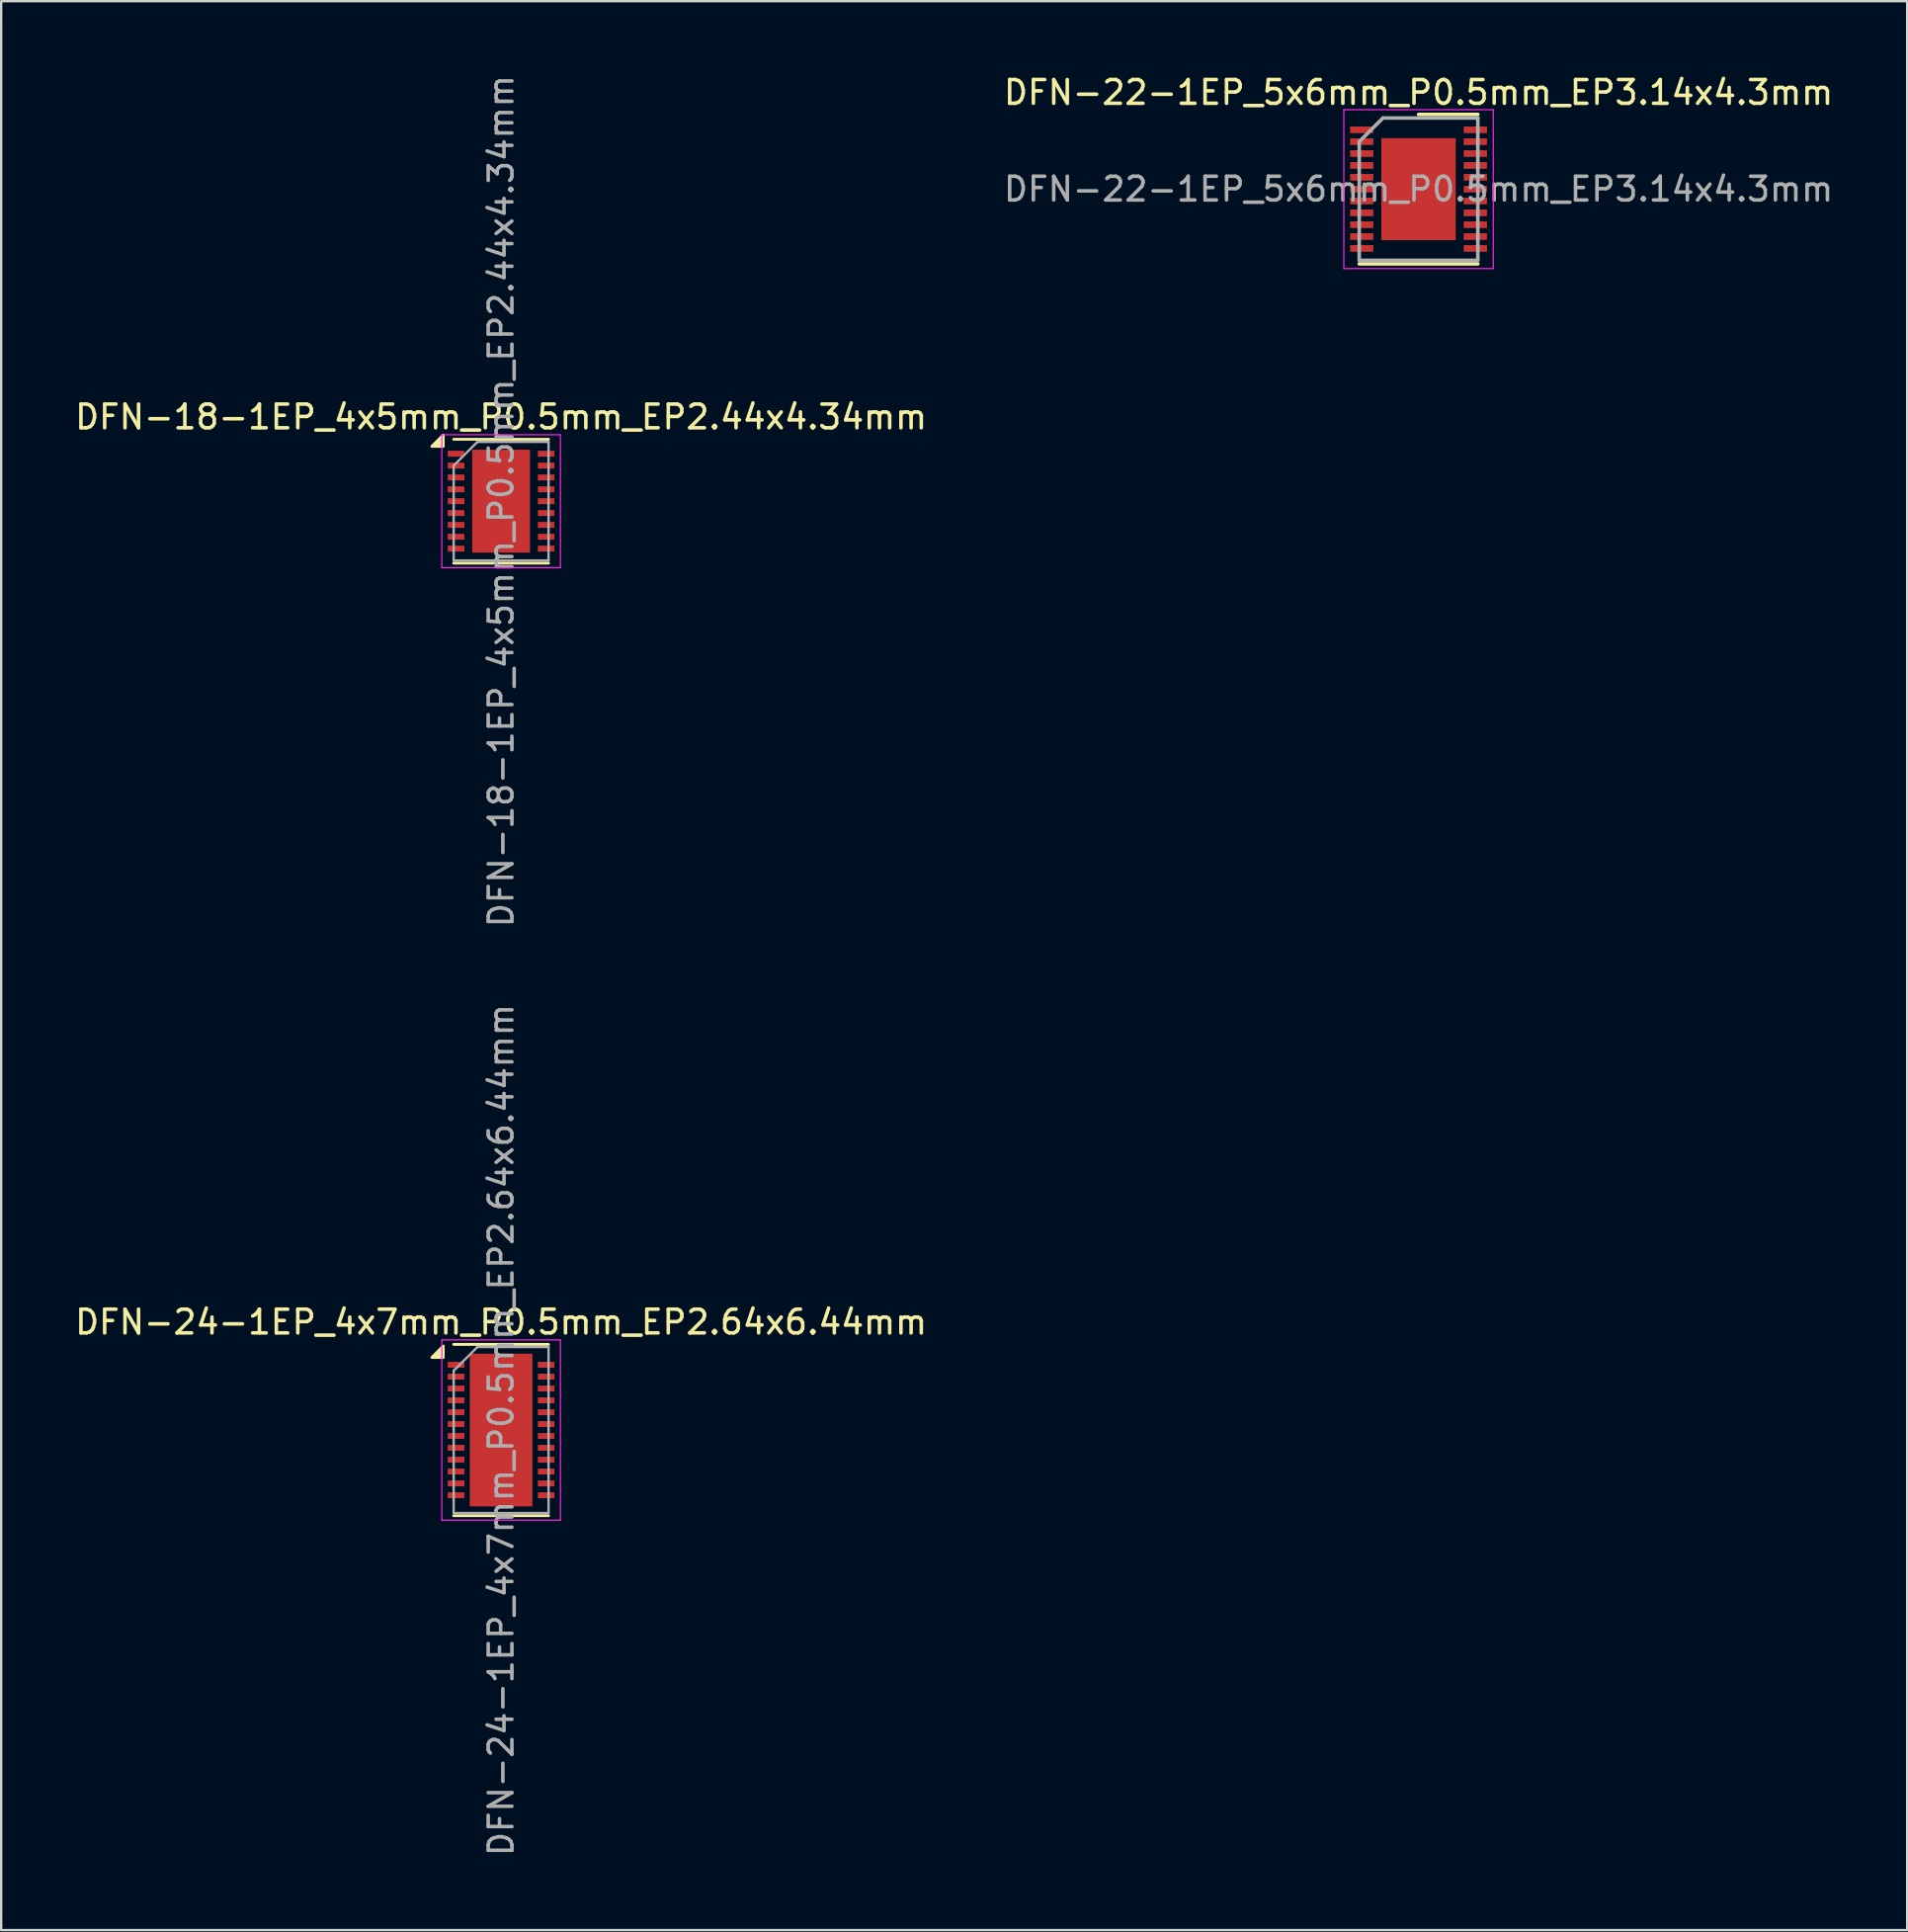
<source format=kicad_pcb>
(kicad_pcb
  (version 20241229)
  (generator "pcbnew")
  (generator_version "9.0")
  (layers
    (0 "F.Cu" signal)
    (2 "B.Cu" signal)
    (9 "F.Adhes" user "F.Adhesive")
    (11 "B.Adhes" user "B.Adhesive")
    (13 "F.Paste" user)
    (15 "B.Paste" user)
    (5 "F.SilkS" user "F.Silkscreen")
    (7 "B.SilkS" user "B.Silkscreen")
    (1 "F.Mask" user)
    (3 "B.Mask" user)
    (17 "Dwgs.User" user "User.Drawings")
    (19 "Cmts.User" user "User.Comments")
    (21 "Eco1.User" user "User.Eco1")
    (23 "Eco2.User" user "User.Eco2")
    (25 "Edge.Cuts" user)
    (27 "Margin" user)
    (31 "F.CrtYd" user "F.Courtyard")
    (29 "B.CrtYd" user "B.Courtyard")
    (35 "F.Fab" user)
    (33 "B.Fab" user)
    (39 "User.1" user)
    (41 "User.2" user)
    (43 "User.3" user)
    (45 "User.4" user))
  (footprint "DFN-24-1EP_4x7mm_P0.5mm_EP2.64x6.44mm"
    (layer "F.Cu")
    (at 18.077 57.232)
    (property "Reference" "DFN-24-1EP_4x7mm_P0.5mm_EP2.64x6.44mm" (at 0 -4.55 0) (layer "F.SilkS") (effects (font (size 1 1) (thickness 0.15))))
    (attr smd)
    (fp_line (start -2 -3.61) (end 2 -3.61) (stroke (width 0.12) (type solid)) (layer "F.SilkS"))
    (fp_line (start -2 3.61) (end 2 3.61) (stroke (width 0.12) (type solid)) (layer "F.SilkS"))
    (fp_poly (pts (xy -2.44 -3.06) (xy -2.92 -3.06) (xy -2.44 -3.54) (xy -2.44 -3.06)) (stroke (width 0.12) (type solid)) (fill yes) (layer "F.SilkS"))
    (fp_line (start -2.5 -3.8) (end -2.5 3.8) (stroke (width 0.05) (type solid)) (layer "F.CrtYd"))
    (fp_line (start -2.5 -3.8) (end 2.5 -3.8) (stroke (width 0.05) (type solid)) (layer "F.CrtYd"))
    (fp_line (start -2.5 3.8) (end 2.5 3.8) (stroke (width 0.05) (type solid)) (layer "F.CrtYd"))
    (fp_line (start 2.5 -3.8) (end 2.5 3.8) (stroke (width 0.05) (type solid)) (layer "F.CrtYd"))
    (fp_line (start -2 -2.5) (end -1 -3.5) (stroke (width 0.1) (type solid)) (layer "F.Fab"))
    (fp_line (start -2 3.5) (end -2 -2.5) (stroke (width 0.1) (type solid)) (layer "F.Fab"))
    (fp_line (start -1 -3.5) (end 2 -3.5) (stroke (width 0.1) (type solid)) (layer "F.Fab"))
    (fp_line (start 2 -3.5) (end 2 3.5) (stroke (width 0.1) (type solid)) (layer "F.Fab"))
    (fp_line (start 2 3.5) (end -2 3.5) (stroke (width 0.1) (type solid)) (layer "F.Fab"))
    (fp_text user "${REFERENCE}" (at 0 0 90) (layer "F.Fab") (effects (font (size 1 1) (thickness 0.15))))
    (pad "" smd rect (at -0.66 -2.56) (size 1.05 1.05) (layers "F.Paste"))
    (pad "" smd rect (at -0.66 -1.28) (size 1.05 1.05) (layers "F.Paste"))
    (pad "" smd rect (at -0.66 0) (size 1.05 1.05) (layers "F.Paste"))
    (pad "" smd rect (at -0.66 1.28) (size 1.05 1.05) (layers "F.Paste"))
    (pad "" smd rect (at -0.66 2.56) (size 1.05 1.05) (layers "F.Paste"))
    (pad "" smd rect (at 0.66 -2.56) (size 1.05 1.05) (layers "F.Paste"))
    (pad "" smd rect (at 0.66 -1.28) (size 1.05 1.05) (layers "F.Paste"))
    (pad "" smd rect (at 0.66 0) (size 1.05 1.05) (layers "F.Paste"))
    (pad "" smd rect (at 0.66 1.28) (size 1.05 1.05) (layers "F.Paste"))
    (pad "" smd rect (at 0.66 2.56) (size 1.05 1.05) (layers "F.Paste"))
    (pad "1" smd rect (at -1.9 -2.75) (size 0.7 0.25) (layers "F.Cu" "F.Mask" "F.Paste"))
    (pad "2" smd rect (at -1.9 -2.25) (size 0.7 0.25) (layers "F.Cu" "F.Mask" "F.Paste"))
    (pad "3" smd rect (at -1.9 -1.75) (size 0.7 0.25) (layers "F.Cu" "F.Mask" "F.Paste"))
    (pad "4" smd rect (at -1.9 -1.25) (size 0.7 0.25) (layers "F.Cu" "F.Mask" "F.Paste"))
    (pad "5" smd rect (at -1.9 -0.75) (size 0.7 0.25) (layers "F.Cu" "F.Mask" "F.Paste"))
    (pad "6" smd rect (at -1.9 -0.25) (size 0.7 0.25) (layers "F.Cu" "F.Mask" "F.Paste"))
    (pad "7" smd rect (at -1.9 0.25) (size 0.7 0.25) (layers "F.Cu" "F.Mask" "F.Paste"))
    (pad "8" smd rect (at -1.9 0.75) (size 0.7 0.25) (layers "F.Cu" "F.Mask" "F.Paste"))
    (pad "9" smd rect (at -1.9 1.25) (size 0.7 0.25) (layers "F.Cu" "F.Mask" "F.Paste"))
    (pad "10" smd rect (at -1.9 1.75) (size 0.7 0.25) (layers "F.Cu" "F.Mask" "F.Paste"))
    (pad "11" smd rect (at -1.9 2.25) (size 0.7 0.25) (layers "F.Cu" "F.Mask" "F.Paste"))
    (pad "12" smd rect (at -1.9 2.75) (size 0.7 0.25) (layers "F.Cu" "F.Mask" "F.Paste"))
    (pad "13" smd rect (at 1.9 2.75) (size 0.7 0.25) (layers "F.Cu" "F.Mask" "F.Paste"))
    (pad "14" smd rect (at 1.9 2.25) (size 0.7 0.25) (layers "F.Cu" "F.Mask" "F.Paste"))
    (pad "15" smd rect (at 1.9 1.75) (size 0.7 0.25) (layers "F.Cu" "F.Mask" "F.Paste"))
    (pad "16" smd rect (at 1.9 1.25) (size 0.7 0.25) (layers "F.Cu" "F.Mask" "F.Paste"))
    (pad "17" smd rect (at 1.9 0.75) (size 0.7 0.25) (layers "F.Cu" "F.Mask" "F.Paste"))
    (pad "18" smd rect (at 1.9 0.25) (size 0.7 0.25) (layers "F.Cu" "F.Mask" "F.Paste"))
    (pad "19" smd rect (at 1.9 -0.25) (size 0.7 0.25) (layers "F.Cu" "F.Mask" "F.Paste"))
    (pad "20" smd rect (at 1.9 -0.75) (size 0.7 0.25) (layers "F.Cu" "F.Mask" "F.Paste"))
    (pad "21" smd rect (at 1.9 -1.25) (size 0.7 0.25) (layers "F.Cu" "F.Mask" "F.Paste"))
    (pad "22" smd rect (at 1.9 -1.75) (size 0.7 0.25) (layers "F.Cu" "F.Mask" "F.Paste"))
    (pad "23" smd rect (at 1.9 -2.25) (size 0.7 0.25) (layers "F.Cu" "F.Mask" "F.Paste"))
    (pad "24" smd rect (at 1.9 -2.75) (size 0.7 0.25) (layers "F.Cu" "F.Mask" "F.Paste"))
    (pad "25" smd rect (at 0 0) (size 2.64 6.44) (layers "F.Cu" "F.Mask")))
  (footprint "DFN-22-1EP_5x6mm_P0.5mm_EP3.14x4.3mm"
    (layer "F.Cu")
    (at 56.756 4.923)
    (property "Reference" "DFN-22-1EP_5x6mm_P0.5mm_EP3.14x4.3mm" (at 0 -4.075 0) (layer "F.SilkS") (effects (font (size 1 1) (thickness 0.15))))
    (attr smd)
    (fp_line (start -2.5 3.15) (end 2.5 3.15) (stroke (width 0.15) (type solid)) (layer "F.SilkS"))
    (fp_line (start 0 -3.15) (end 2.5 -3.15) (stroke (width 0.15) (type solid)) (layer "F.SilkS"))
    (fp_line (start -3.15 -3.35) (end -3.15 3.35) (stroke (width 0.05) (type solid)) (layer "F.CrtYd"))
    (fp_line (start -3.15 -3.35) (end 3.15 -3.35) (stroke (width 0.05) (type solid)) (layer "F.CrtYd"))
    (fp_line (start -3.15 3.35) (end 3.15 3.35) (stroke (width 0.05) (type solid)) (layer "F.CrtYd"))
    (fp_line (start 3.15 -3.35) (end 3.15 3.35) (stroke (width 0.05) (type solid)) (layer "F.CrtYd"))
    (fp_line (start -2.5 -2) (end -1.5 -3) (stroke (width 0.15) (type solid)) (layer "F.Fab"))
    (fp_line (start -2.5 3) (end -2.5 -2) (stroke (width 0.15) (type solid)) (layer "F.Fab"))
    (fp_line (start -1.5 -3) (end 2.5 -3) (stroke (width 0.15) (type solid)) (layer "F.Fab"))
    (fp_line (start 2.5 -3) (end 2.5 3) (stroke (width 0.15) (type solid)) (layer "F.Fab"))
    (fp_line (start 2.5 3) (end -2.5 3) (stroke (width 0.15) (type solid)) (layer "F.Fab"))
    (fp_text user "${REFERENCE}" (at 0 0 0) (layer "F.Fab") (effects (font (size 1 1) (thickness 0.15))))
    (pad "" smd rect (at -1.05 -1.613) (size 0.855 0.855) (layers "F.Paste"))
    (pad "" smd rect (at -1.05 -0.537) (size 0.855 0.855) (layers "F.Paste"))
    (pad "" smd rect (at -1.05 0.537) (size 0.855 0.855) (layers "F.Paste"))
    (pad "" smd rect (at -1.05 1.613) (size 0.855 0.855) (layers "F.Paste"))
    (pad "" smd rect (at 0 -1.613) (size 0.855 0.855) (layers "F.Paste"))
    (pad "" smd rect (at 0 -0.537) (size 0.855 0.855) (layers "F.Paste"))
    (pad "" smd rect (at 0 0.537) (size 0.855 0.855) (layers "F.Paste"))
    (pad "" smd rect (at 0 1.613) (size 0.855 0.855) (layers "F.Paste"))
    (pad "" smd rect (at 1.05 -1.613) (size 0.855 0.855) (layers "F.Paste"))
    (pad "" smd rect (at 1.05 -0.537) (size 0.855 0.855) (layers "F.Paste"))
    (pad "" smd rect (at 1.05 0.537) (size 0.855 0.855) (layers "F.Paste"))
    (pad "" smd rect (at 1.05 1.613) (size 0.855 0.855) (layers "F.Paste"))
    (pad "1" smd rect (at -2.395 -2.5) (size 0.98 0.28) (layers "F.Cu" "F.Mask" "F.Paste"))
    (pad "2" smd rect (at -2.395 -2) (size 0.98 0.28) (layers "F.Cu" "F.Mask" "F.Paste"))
    (pad "3" smd rect (at -2.395 -1.5) (size 0.98 0.28) (layers "F.Cu" "F.Mask" "F.Paste"))
    (pad "4" smd rect (at -2.395 -1) (size 0.98 0.28) (layers "F.Cu" "F.Mask" "F.Paste"))
    (pad "5" smd rect (at -2.395 -0.5) (size 0.98 0.28) (layers "F.Cu" "F.Mask" "F.Paste"))
    (pad "6" smd rect (at -2.395 0) (size 0.98 0.28) (layers "F.Cu" "F.Mask" "F.Paste"))
    (pad "7" smd rect (at -2.395 0.5) (size 0.98 0.28) (layers "F.Cu" "F.Mask" "F.Paste"))
    (pad "8" smd rect (at -2.395 1) (size 0.98 0.28) (layers "F.Cu" "F.Mask" "F.Paste"))
    (pad "9" smd rect (at -2.395 1.5) (size 0.98 0.28) (layers "F.Cu" "F.Mask" "F.Paste"))
    (pad "10" smd rect (at -2.395 2) (size 0.98 0.28) (layers "F.Cu" "F.Mask" "F.Paste"))
    (pad "11" smd rect (at -2.395 2.5) (size 0.98 0.28) (layers "F.Cu" "F.Mask" "F.Paste"))
    (pad "12" smd rect (at 2.395 2.5) (size 0.98 0.28) (layers "F.Cu" "F.Mask" "F.Paste"))
    (pad "13" smd rect (at 2.395 2) (size 0.98 0.28) (layers "F.Cu" "F.Mask" "F.Paste"))
    (pad "14" smd rect (at 2.395 1.5) (size 0.98 0.28) (layers "F.Cu" "F.Mask" "F.Paste"))
    (pad "15" smd rect (at 2.395 1) (size 0.98 0.28) (layers "F.Cu" "F.Mask" "F.Paste"))
    (pad "16" smd rect (at 2.395 0.5) (size 0.98 0.28) (layers "F.Cu" "F.Mask" "F.Paste"))
    (pad "17" smd rect (at 2.395 0) (size 0.98 0.28) (layers "F.Cu" "F.Mask" "F.Paste"))
    (pad "18" smd rect (at 2.395 -0.5) (size 0.98 0.28) (layers "F.Cu" "F.Mask" "F.Paste"))
    (pad "19" smd rect (at 2.395 -1) (size 0.98 0.28) (layers "F.Cu" "F.Mask" "F.Paste"))
    (pad "20" smd rect (at 2.395 -1.5) (size 0.98 0.28) (layers "F.Cu" "F.Mask" "F.Paste"))
    (pad "21" smd rect (at 2.395 -2) (size 0.98 0.28) (layers "F.Cu" "F.Mask" "F.Paste"))
    (pad "22" smd rect (at 2.395 -2.5) (size 0.98 0.28) (layers "F.Cu" "F.Mask" "F.Paste"))
    (pad "23" smd rect (at 0 0) (size 3.14 4.3) (layers "F.Cu" "F.Mask")))
  (footprint "DFN-18-1EP_4x5mm_P0.5mm_EP2.44x4.34mm"
    (layer "F.Cu")
    (at 18.077 18.077)
    (property "Reference" "DFN-18-1EP_4x5mm_P0.5mm_EP2.44x4.34mm" (at 0 -3.55 0) (layer "F.SilkS") (effects (font (size 1 1) (thickness 0.15))))
    (attr smd)
    (fp_line (start -2 -2.61) (end 2 -2.61) (stroke (width 0.12) (type solid)) (layer "F.SilkS"))
    (fp_line (start -2 2.61) (end 2 2.61) (stroke (width 0.12) (type solid)) (layer "F.SilkS"))
    (fp_poly (pts (xy -2.44 -2.31) (xy -2.92 -2.31) (xy -2.44 -2.79) (xy -2.44 -2.31)) (stroke (width 0.12) (type solid)) (fill yes) (layer "F.SilkS"))
    (fp_line (start -2.5 -2.8) (end -2.5 2.8) (stroke (width 0.05) (type solid)) (layer "F.CrtYd"))
    (fp_line (start -2.5 -2.8) (end 2.5 -2.8) (stroke (width 0.05) (type solid)) (layer "F.CrtYd"))
    (fp_line (start -2.5 2.8) (end 2.5 2.8) (stroke (width 0.05) (type solid)) (layer "F.CrtYd"))
    (fp_line (start 2.5 -2.8) (end 2.5 2.8) (stroke (width 0.05) (type solid)) (layer "F.CrtYd"))
    (fp_line (start -2 -1.5) (end -1 -2.5) (stroke (width 0.1) (type solid)) (layer "F.Fab"))
    (fp_line (start -2 2.5) (end -2 -1.5) (stroke (width 0.1) (type solid)) (layer "F.Fab"))
    (fp_line (start -1 -2.5) (end 2 -2.5) (stroke (width 0.1) (type solid)) (layer "F.Fab"))
    (fp_line (start 2 -2.5) (end 2 2.5) (stroke (width 0.1) (type solid)) (layer "F.Fab"))
    (fp_line (start 2 2.5) (end -2 2.5) (stroke (width 0.1) (type solid)) (layer "F.Fab"))
    (fp_text user "${REFERENCE}" (at 0 0 90) (layer "F.Fab") (effects (font (size 1 1) (thickness 0.15))))
    (pad "" smd rect (at -0.61 -1.627) (size 1 0.86) (layers "F.Paste"))
    (pad "" smd rect (at -0.61 -0.542) (size 1 0.86) (layers "F.Paste"))
    (pad "" smd rect (at -0.61 0.542) (size 1 0.86) (layers "F.Paste"))
    (pad "" smd rect (at -0.61 1.627) (size 1 0.86) (layers "F.Paste"))
    (pad "" smd rect (at 0.61 -1.627) (size 1 0.86) (layers "F.Paste"))
    (pad "" smd rect (at 0.61 -0.542) (size 1 0.86) (layers "F.Paste"))
    (pad "" smd rect (at 0.61 0.542) (size 1 0.86) (layers "F.Paste"))
    (pad "" smd rect (at 0.61 1.627) (size 1 0.86) (layers "F.Paste"))
    (pad "1" smd rect (at -1.9 -2) (size 0.7 0.25) (layers "F.Cu" "F.Mask" "F.Paste"))
    (pad "2" smd rect (at -1.9 -1.5) (size 0.7 0.25) (layers "F.Cu" "F.Mask" "F.Paste"))
    (pad "3" smd rect (at -1.9 -1) (size 0.7 0.25) (layers "F.Cu" "F.Mask" "F.Paste"))
    (pad "4" smd rect (at -1.9 -0.5) (size 0.7 0.25) (layers "F.Cu" "F.Mask" "F.Paste"))
    (pad "5" smd rect (at -1.9 0) (size 0.7 0.25) (layers "F.Cu" "F.Mask" "F.Paste"))
    (pad "6" smd rect (at -1.9 0.5) (size 0.7 0.25) (layers "F.Cu" "F.Mask" "F.Paste"))
    (pad "7" smd rect (at -1.9 1) (size 0.7 0.25) (layers "F.Cu" "F.Mask" "F.Paste"))
    (pad "8" smd rect (at -1.9 1.5) (size 0.7 0.25) (layers "F.Cu" "F.Mask" "F.Paste"))
    (pad "9" smd rect (at -1.9 2) (size 0.7 0.25) (layers "F.Cu" "F.Mask" "F.Paste"))
    (pad "10" smd rect (at 1.9 2) (size 0.7 0.25) (layers "F.Cu" "F.Mask" "F.Paste"))
    (pad "11" smd rect (at 1.9 1.5) (size 0.7 0.25) (layers "F.Cu" "F.Mask" "F.Paste"))
    (pad "12" smd rect (at 1.9 1) (size 0.7 0.25) (layers "F.Cu" "F.Mask" "F.Paste"))
    (pad "13" smd rect (at 1.9 0.5) (size 0.7 0.25) (layers "F.Cu" "F.Mask" "F.Paste"))
    (pad "14" smd rect (at 1.9 0) (size 0.7 0.25) (layers "F.Cu" "F.Mask" "F.Paste"))
    (pad "15" smd rect (at 1.9 -0.5) (size 0.7 0.25) (layers "F.Cu" "F.Mask" "F.Paste"))
    (pad "16" smd rect (at 1.9 -1) (size 0.7 0.25) (layers "F.Cu" "F.Mask" "F.Paste"))
    (pad "17" smd rect (at 1.9 -1.5) (size 0.7 0.25) (layers "F.Cu" "F.Mask" "F.Paste"))
    (pad "18" smd rect (at 1.9 -2) (size 0.7 0.25) (layers "F.Cu" "F.Mask" "F.Paste"))
    (pad "19" smd rect (at 0 0) (size 2.44 4.34) (layers "F.Cu" "F.Mask")))
  (gr_rect
    (start -3 -3)
    (end 77.357 78.31)
    (stroke (width 0.1) (type default))
    (fill no)
    (layer "Edge.Cuts")))
</source>
